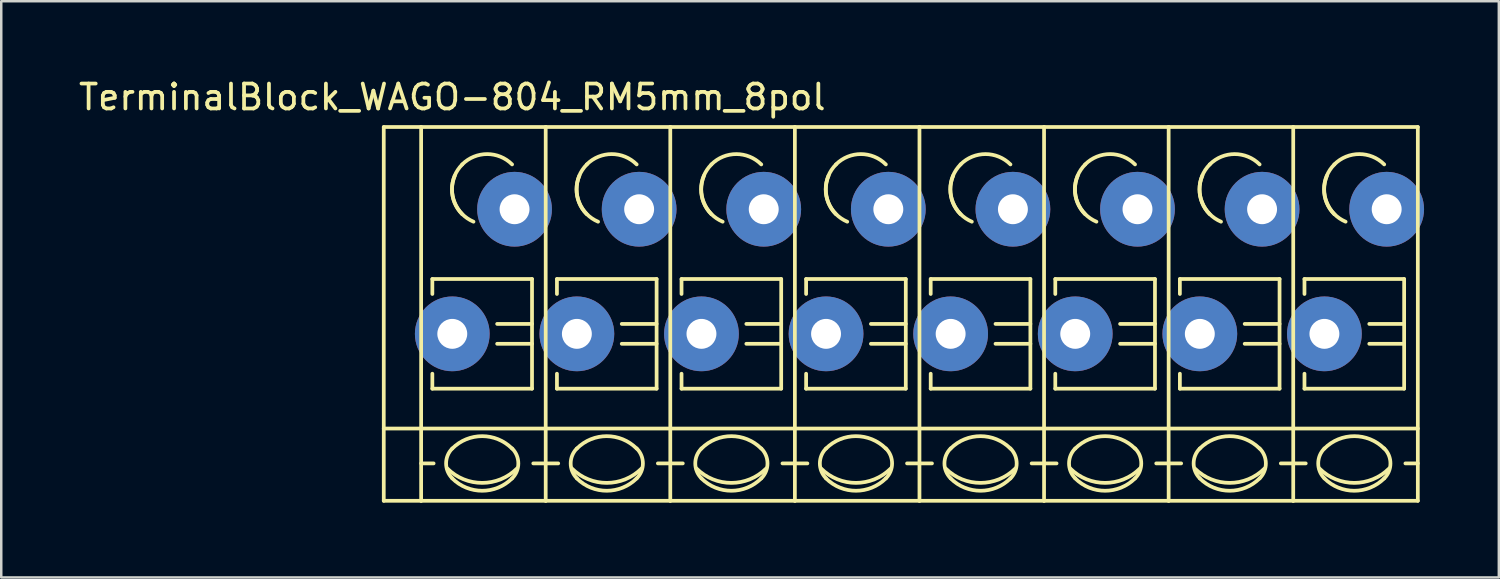
<source format=kicad_pcb>
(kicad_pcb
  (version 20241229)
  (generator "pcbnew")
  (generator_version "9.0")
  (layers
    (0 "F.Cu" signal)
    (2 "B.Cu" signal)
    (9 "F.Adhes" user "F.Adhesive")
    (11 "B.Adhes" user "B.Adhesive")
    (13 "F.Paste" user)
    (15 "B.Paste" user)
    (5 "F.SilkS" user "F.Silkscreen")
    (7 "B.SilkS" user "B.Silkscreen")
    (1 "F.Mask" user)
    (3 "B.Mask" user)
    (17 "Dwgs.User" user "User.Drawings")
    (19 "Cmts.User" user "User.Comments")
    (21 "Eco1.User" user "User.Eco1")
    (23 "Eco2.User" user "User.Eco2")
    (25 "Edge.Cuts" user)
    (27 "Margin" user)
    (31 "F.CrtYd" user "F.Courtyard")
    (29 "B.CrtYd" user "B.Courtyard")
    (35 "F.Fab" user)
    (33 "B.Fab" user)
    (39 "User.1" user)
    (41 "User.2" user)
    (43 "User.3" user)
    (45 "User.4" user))
  (footprint "TerminalBlock_WAGO-804_RM5mm_8pol"
    (layer "F.Cu")
    (at 15.101 10.348)
    (property "Reference" "TerminalBlock_WAGO-804_RM5mm_8pol" (at 0 -9.5 0) (layer "F.SilkS") (effects (font (size 1 1) (thickness 0.15))))
    (attr through_hole)
    (fp_line (start -2.75 -8.3) (end -1.25 -8.3) (stroke (width 0.15) (type solid)) (layer "F.SilkS"))
    (fp_line (start -2.75 6.7) (end -2.75 -8.3) (stroke (width 0.15) (type solid)) (layer "F.SilkS"))
    (fp_line (start -1.25 6.7) (end -2.75 6.7) (stroke (width 0.15) (type solid)) (layer "F.SilkS"))
    (fp_line (start -1.25 5.199) (end -0.749 5.199) (stroke (width 0.15) (type solid)) (layer "F.SilkS"))
    (fp_line (start -1.25 6.701) (end -1.25 -8.301) (stroke (width 0.15) (type solid)) (layer "F.SilkS"))
    (fp_line (start -0.8 -2.2) (end -0.8 -1.6) (stroke (width 0.15) (type solid)) (layer "F.SilkS"))
    (fp_line (start -0.8 -2.2) (end 3.2 -2.2) (stroke (width 0.15) (type solid)) (layer "F.SilkS"))
    (fp_line (start -0.8 2.2) (end -0.8 1.6) (stroke (width 0.15) (type solid)) (layer "F.SilkS"))
    (fp_line (start 3.2 -2.2) (end 3.2 2.2) (stroke (width 0.15) (type solid)) (layer "F.SilkS"))
    (fp_line (start 3.2 -0.399) (end 1.801 -0.399) (stroke (width 0.15) (type solid)) (layer "F.SilkS"))
    (fp_line (start 3.2 0.399) (end 1.801 0.399) (stroke (width 0.15) (type solid)) (layer "F.SilkS"))
    (fp_line (start 3.2 2.2) (end -0.8 2.2) (stroke (width 0.15) (type solid)) (layer "F.SilkS"))
    (fp_line (start 3.749 -8.301) (end -1.25 -8.301) (stroke (width 0.15) (type solid)) (layer "F.SilkS"))
    (fp_line (start 3.749 -8.301) (end 3.749 6.701) (stroke (width 0.15) (type solid)) (layer "F.SilkS"))
    (fp_line (start 3.749 5.199) (end 3.251 5.199) (stroke (width 0.15) (type solid)) (layer "F.SilkS"))
    (fp_line (start 3.749 6.701) (end -1.25 6.701) (stroke (width 0.15) (type solid)) (layer "F.SilkS"))
    (fp_line (start 3.75 3.8) (end -2.75 3.8) (stroke (width 0.15) (type solid)) (layer "F.SilkS"))
    (fp_line (start 3.75 3.8) (end 8.75 3.8) (stroke (width 0.15) (type solid)) (layer "F.SilkS"))
    (fp_line (start 3.75 5.199) (end 4.251 5.199) (stroke (width 0.15) (type solid)) (layer "F.SilkS"))
    (fp_line (start 4.2 -2.2) (end 4.2 -1.6) (stroke (width 0.15) (type solid)) (layer "F.SilkS"))
    (fp_line (start 4.2 -2.2) (end 8.2 -2.2) (stroke (width 0.15) (type solid)) (layer "F.SilkS"))
    (fp_line (start 4.2 2.2) (end 4.2 1.6) (stroke (width 0.15) (type solid)) (layer "F.SilkS"))
    (fp_line (start 8.2 -2.2) (end 8.2 2.2) (stroke (width 0.15) (type solid)) (layer "F.SilkS"))
    (fp_line (start 8.2 -0.399) (end 6.801 -0.399) (stroke (width 0.15) (type solid)) (layer "F.SilkS"))
    (fp_line (start 8.2 0.399) (end 6.801 0.399) (stroke (width 0.15) (type solid)) (layer "F.SilkS"))
    (fp_line (start 8.2 2.2) (end 4.2 2.2) (stroke (width 0.15) (type solid)) (layer "F.SilkS"))
    (fp_line (start 8.749 -8.301) (end 3.75 -8.301) (stroke (width 0.15) (type solid)) (layer "F.SilkS"))
    (fp_line (start 8.749 -8.301) (end 8.749 6.701) (stroke (width 0.15) (type solid)) (layer "F.SilkS"))
    (fp_line (start 8.749 5.199) (end 8.251 5.199) (stroke (width 0.15) (type solid)) (layer "F.SilkS"))
    (fp_line (start 8.749 6.701) (end 3.75 6.701) (stroke (width 0.15) (type solid)) (layer "F.SilkS"))
    (fp_line (start 8.75 3.8) (end 13.75 3.8) (stroke (width 0.15) (type solid)) (layer "F.SilkS"))
    (fp_line (start 8.75 5.199) (end 9.251 5.199) (stroke (width 0.15) (type solid)) (layer "F.SilkS"))
    (fp_line (start 9.2 -2.2) (end 9.2 -1.6) (stroke (width 0.15) (type solid)) (layer "F.SilkS"))
    (fp_line (start 9.2 -2.2) (end 13.2 -2.2) (stroke (width 0.15) (type solid)) (layer "F.SilkS"))
    (fp_line (start 9.2 2.2) (end 9.2 1.6) (stroke (width 0.15) (type solid)) (layer "F.SilkS"))
    (fp_line (start 13.2 -2.2) (end 13.2 2.2) (stroke (width 0.15) (type solid)) (layer "F.SilkS"))
    (fp_line (start 13.2 -0.399) (end 11.801 -0.399) (stroke (width 0.15) (type solid)) (layer "F.SilkS"))
    (fp_line (start 13.2 0.399) (end 11.801 0.399) (stroke (width 0.15) (type solid)) (layer "F.SilkS"))
    (fp_line (start 13.2 2.2) (end 9.2 2.2) (stroke (width 0.15) (type solid)) (layer "F.SilkS"))
    (fp_line (start 13.749 -8.301) (end 8.75 -8.301) (stroke (width 0.15) (type solid)) (layer "F.SilkS"))
    (fp_line (start 13.749 -8.301) (end 13.749 6.701) (stroke (width 0.15) (type solid)) (layer "F.SilkS"))
    (fp_line (start 13.749 5.199) (end 13.251 5.199) (stroke (width 0.15) (type solid)) (layer "F.SilkS"))
    (fp_line (start 13.749 6.701) (end 8.75 6.701) (stroke (width 0.15) (type solid)) (layer "F.SilkS"))
    (fp_line (start 13.75 3.8) (end 18.75 3.8) (stroke (width 0.15) (type solid)) (layer "F.SilkS"))
    (fp_line (start 13.75 5.199) (end 14.251 5.199) (stroke (width 0.15) (type solid)) (layer "F.SilkS"))
    (fp_line (start 14.2 -2.2) (end 14.2 -1.6) (stroke (width 0.15) (type solid)) (layer "F.SilkS"))
    (fp_line (start 14.2 -2.2) (end 18.2 -2.2) (stroke (width 0.15) (type solid)) (layer "F.SilkS"))
    (fp_line (start 14.2 2.2) (end 14.2 1.6) (stroke (width 0.15) (type solid)) (layer "F.SilkS"))
    (fp_line (start 18.2 -2.2) (end 18.2 2.2) (stroke (width 0.15) (type solid)) (layer "F.SilkS"))
    (fp_line (start 18.2 -0.399) (end 16.801 -0.399) (stroke (width 0.15) (type solid)) (layer "F.SilkS"))
    (fp_line (start 18.2 0.399) (end 16.801 0.399) (stroke (width 0.15) (type solid)) (layer "F.SilkS"))
    (fp_line (start 18.2 2.2) (end 14.2 2.2) (stroke (width 0.15) (type solid)) (layer "F.SilkS"))
    (fp_line (start 18.749 -8.301) (end 13.75 -8.301) (stroke (width 0.15) (type solid)) (layer "F.SilkS"))
    (fp_line (start 18.749 -8.301) (end 18.749 6.701) (stroke (width 0.15) (type solid)) (layer "F.SilkS"))
    (fp_line (start 18.749 5.199) (end 18.251 5.199) (stroke (width 0.15) (type solid)) (layer "F.SilkS"))
    (fp_line (start 18.749 6.701) (end 13.75 6.701) (stroke (width 0.15) (type solid)) (layer "F.SilkS"))
    (fp_line (start 18.75 3.8) (end 23.75 3.8) (stroke (width 0.15) (type solid)) (layer "F.SilkS"))
    (fp_line (start 18.75 5.199) (end 19.251 5.199) (stroke (width 0.15) (type solid)) (layer "F.SilkS"))
    (fp_line (start 19.2 -2.2) (end 19.2 -1.6) (stroke (width 0.15) (type solid)) (layer "F.SilkS"))
    (fp_line (start 19.2 -2.2) (end 23.2 -2.2) (stroke (width 0.15) (type solid)) (layer "F.SilkS"))
    (fp_line (start 19.2 2.2) (end 19.2 1.6) (stroke (width 0.15) (type solid)) (layer "F.SilkS"))
    (fp_line (start 23.2 -2.2) (end 23.2 2.2) (stroke (width 0.15) (type solid)) (layer "F.SilkS"))
    (fp_line (start 23.2 -0.399) (end 21.801 -0.399) (stroke (width 0.15) (type solid)) (layer "F.SilkS"))
    (fp_line (start 23.2 0.399) (end 21.801 0.399) (stroke (width 0.15) (type solid)) (layer "F.SilkS"))
    (fp_line (start 23.2 2.2) (end 19.2 2.2) (stroke (width 0.15) (type solid)) (layer "F.SilkS"))
    (fp_line (start 23.749 -8.301) (end 18.75 -8.301) (stroke (width 0.15) (type solid)) (layer "F.SilkS"))
    (fp_line (start 23.749 -8.301) (end 23.749 6.701) (stroke (width 0.15) (type solid)) (layer "F.SilkS"))
    (fp_line (start 23.749 5.199) (end 23.251 5.199) (stroke (width 0.15) (type solid)) (layer "F.SilkS"))
    (fp_line (start 23.749 6.701) (end 18.75 6.701) (stroke (width 0.15) (type solid)) (layer "F.SilkS"))
    (fp_line (start 23.75 3.8) (end 28.75 3.8) (stroke (width 0.15) (type solid)) (layer "F.SilkS"))
    (fp_line (start 23.75 5.199) (end 24.251 5.199) (stroke (width 0.15) (type solid)) (layer "F.SilkS"))
    (fp_line (start 24.2 -2.2) (end 24.2 -1.6) (stroke (width 0.15) (type solid)) (layer "F.SilkS"))
    (fp_line (start 24.2 -2.2) (end 28.2 -2.2) (stroke (width 0.15) (type solid)) (layer "F.SilkS"))
    (fp_line (start 24.2 2.2) (end 24.2 1.6) (stroke (width 0.15) (type solid)) (layer "F.SilkS"))
    (fp_line (start 28.2 -2.2) (end 28.2 2.2) (stroke (width 0.15) (type solid)) (layer "F.SilkS"))
    (fp_line (start 28.2 -0.399) (end 26.801 -0.399) (stroke (width 0.15) (type solid)) (layer "F.SilkS"))
    (fp_line (start 28.2 0.399) (end 26.801 0.399) (stroke (width 0.15) (type solid)) (layer "F.SilkS"))
    (fp_line (start 28.2 2.2) (end 24.2 2.2) (stroke (width 0.15) (type solid)) (layer "F.SilkS"))
    (fp_line (start 28.749 -8.301) (end 23.75 -8.301) (stroke (width 0.15) (type solid)) (layer "F.SilkS"))
    (fp_line (start 28.749 -8.301) (end 28.749 6.701) (stroke (width 0.15) (type solid)) (layer "F.SilkS"))
    (fp_line (start 28.749 5.199) (end 28.251 5.199) (stroke (width 0.15) (type solid)) (layer "F.SilkS"))
    (fp_line (start 28.749 6.701) (end 23.75 6.701) (stroke (width 0.15) (type solid)) (layer "F.SilkS"))
    (fp_line (start 28.75 3.8) (end 33.75 3.8) (stroke (width 0.15) (type solid)) (layer "F.SilkS"))
    (fp_line (start 28.75 5.199) (end 29.251 5.199) (stroke (width 0.15) (type solid)) (layer "F.SilkS"))
    (fp_line (start 29.2 -2.2) (end 29.2 -1.6) (stroke (width 0.15) (type solid)) (layer "F.SilkS"))
    (fp_line (start 29.2 -2.2) (end 33.2 -2.2) (stroke (width 0.15) (type solid)) (layer "F.SilkS"))
    (fp_line (start 29.2 2.2) (end 29.2 1.6) (stroke (width 0.15) (type solid)) (layer "F.SilkS"))
    (fp_line (start 33.2 -2.2) (end 33.2 2.2) (stroke (width 0.15) (type solid)) (layer "F.SilkS"))
    (fp_line (start 33.2 -0.399) (end 31.801 -0.399) (stroke (width 0.15) (type solid)) (layer "F.SilkS"))
    (fp_line (start 33.2 0.399) (end 31.801 0.399) (stroke (width 0.15) (type solid)) (layer "F.SilkS"))
    (fp_line (start 33.2 2.2) (end 29.2 2.2) (stroke (width 0.15) (type solid)) (layer "F.SilkS"))
    (fp_line (start 33.749 -8.301) (end 28.75 -8.301) (stroke (width 0.15) (type solid)) (layer "F.SilkS"))
    (fp_line (start 33.749 -8.301) (end 33.749 6.701) (stroke (width 0.15) (type solid)) (layer "F.SilkS"))
    (fp_line (start 33.749 5.199) (end 33.251 5.199) (stroke (width 0.15) (type solid)) (layer "F.SilkS"))
    (fp_line (start 33.749 6.701) (end 28.75 6.701) (stroke (width 0.15) (type solid)) (layer "F.SilkS"))
    (fp_line (start 33.75 3.8) (end 38.75 3.8) (stroke (width 0.15) (type solid)) (layer "F.SilkS"))
    (fp_line (start 33.75 5.199) (end 34.251 5.199) (stroke (width 0.15) (type solid)) (layer "F.SilkS"))
    (fp_line (start 34.2 -2.2) (end 34.2 -1.6) (stroke (width 0.15) (type solid)) (layer "F.SilkS"))
    (fp_line (start 34.2 -2.2) (end 38.2 -2.2) (stroke (width 0.15) (type solid)) (layer "F.SilkS"))
    (fp_line (start 34.2 2.2) (end 34.2 1.6) (stroke (width 0.15) (type solid)) (layer "F.SilkS"))
    (fp_line (start 38.2 -2.2) (end 38.2 2.2) (stroke (width 0.15) (type solid)) (layer "F.SilkS"))
    (fp_line (start 38.2 -0.399) (end 36.801 -0.399) (stroke (width 0.15) (type solid)) (layer "F.SilkS"))
    (fp_line (start 38.2 0.399) (end 36.801 0.399) (stroke (width 0.15) (type solid)) (layer "F.SilkS"))
    (fp_line (start 38.2 2.2) (end 34.2 2.2) (stroke (width 0.15) (type solid)) (layer "F.SilkS"))
    (fp_line (start 38.749 -8.301) (end 33.75 -8.301) (stroke (width 0.15) (type solid)) (layer "F.SilkS"))
    (fp_line (start 38.749 -8.301) (end 38.749 6.701) (stroke (width 0.15) (type solid)) (layer "F.SilkS"))
    (fp_line (start 38.749 5.199) (end 38.251 5.199) (stroke (width 0.15) (type solid)) (layer "F.SilkS"))
    (fp_line (start 38.749 6.701) (end 33.75 6.701) (stroke (width 0.15) (type solid)) (layer "F.SilkS"))
    (fp_arc (start 0 4.60248) (mid 1.19888 4.105888) (end 2.39776 4.60248) (stroke (width 0.15) (type solid)) (layer "F.SilkS"))
    (fp_arc (start 0 5.79882) (mid -0.248296 5.19938) (end 0 4.59994) (stroke (width 0.15) (type solid)) (layer "F.SilkS"))
    (fp_arc (start 0.39878 -6.79958) (mid 1.39954 -7.214108) (end 2.4003 -6.79958) (stroke (width 0.15) (type solid)) (layer "F.SilkS"))
    (fp_arc (start 0.39878 -4.8006) (mid -0.013952 -5.800616) (end 0.40132 -6.79958) (stroke (width 0.15) (type solid)) (layer "F.SilkS"))
    (fp_arc (start 0.8509 -4.50088) (mid 0.093811 -5.268985) (end 0.1016 -6.34746) (stroke (width 0.15) (type solid)) (layer "F.SilkS"))
    (fp_arc (start 2.4003 5.79882) (mid 1.200676 6.297208) (end 0 5.80136) (stroke (width 0.15) (type solid)) (layer "F.SilkS"))
    (fp_arc (start 2.40284 4.59994) (mid 2.650392 5.201176) (end 2.4003 5.80136) (stroke (width 0.15) (type solid)) (layer "F.SilkS"))
    (fp_arc (start 2.60096 5.40004) (mid 1.200676 5.981545) (end -0.20066 5.40258) (stroke (width 0.15) (type solid)) (layer "F.SilkS"))
    (fp_arc (start 5 4.60248) (mid 6.19888 4.105888) (end 7.39776 4.60248) (stroke (width 0.15) (type solid)) (layer "F.SilkS"))
    (fp_arc (start 5 5.79882) (mid 4.751704 5.19938) (end 5 4.59994) (stroke (width 0.15) (type solid)) (layer "F.SilkS"))
    (fp_arc (start 5.39878 -6.79958) (mid 6.39954 -7.214108) (end 7.4003 -6.79958) (stroke (width 0.15) (type solid)) (layer "F.SilkS"))
    (fp_arc (start 5.39878 -4.8006) (mid 4.986048 -5.800616) (end 5.40132 -6.79958) (stroke (width 0.15) (type solid)) (layer "F.SilkS"))
    (fp_arc (start 5.8509 -4.50088) (mid 5.093811 -5.268985) (end 5.1016 -6.34746) (stroke (width 0.15) (type solid)) (layer "F.SilkS"))
    (fp_arc (start 7.4003 5.79882) (mid 6.200676 6.297208) (end 5 5.80136) (stroke (width 0.15) (type solid)) (layer "F.SilkS"))
    (fp_arc (start 7.40284 4.59994) (mid 7.650392 5.201176) (end 7.4003 5.80136) (stroke (width 0.15) (type solid)) (layer "F.SilkS"))
    (fp_arc (start 7.60096 5.40004) (mid 6.200676 5.981545) (end 4.79934 5.40258) (stroke (width 0.15) (type solid)) (layer "F.SilkS"))
    (fp_arc (start 10 4.60248) (mid 11.19888 4.105888) (end 12.39776 4.60248) (stroke (width 0.15) (type solid)) (layer "F.SilkS"))
    (fp_arc (start 10 5.79882) (mid 9.751704 5.19938) (end 10 4.59994) (stroke (width 0.15) (type solid)) (layer "F.SilkS"))
    (fp_arc (start 10.39878 -6.79958) (mid 11.39954 -7.214108) (end 12.4003 -6.79958) (stroke (width 0.15) (type solid)) (layer "F.SilkS"))
    (fp_arc (start 10.39878 -4.8006) (mid 9.986048 -5.800616) (end 10.40132 -6.79958) (stroke (width 0.15) (type solid)) (layer "F.SilkS"))
    (fp_arc (start 10.8509 -4.50088) (mid 10.093811 -5.268985) (end 10.1016 -6.34746) (stroke (width 0.15) (type solid)) (layer "F.SilkS"))
    (fp_arc (start 12.4003 5.79882) (mid 11.200676 6.297208) (end 10 5.80136) (stroke (width 0.15) (type solid)) (layer "F.SilkS"))
    (fp_arc (start 12.40284 4.59994) (mid 12.650392 5.201176) (end 12.4003 5.80136) (stroke (width 0.15) (type solid)) (layer "F.SilkS"))
    (fp_arc (start 12.60096 5.40004) (mid 11.200676 5.981545) (end 9.79934 5.40258) (stroke (width 0.15) (type solid)) (layer "F.SilkS"))
    (fp_arc (start 15 4.60248) (mid 16.19888 4.105888) (end 17.39776 4.60248) (stroke (width 0.15) (type solid)) (layer "F.SilkS"))
    (fp_arc (start 15 5.79882) (mid 14.751704 5.19938) (end 15 4.59994) (stroke (width 0.15) (type solid)) (layer "F.SilkS"))
    (fp_arc (start 15.39878 -6.79958) (mid 16.39954 -7.214108) (end 17.4003 -6.79958) (stroke (width 0.15) (type solid)) (layer "F.SilkS"))
    (fp_arc (start 15.39878 -4.8006) (mid 14.986048 -5.800616) (end 15.40132 -6.79958) (stroke (width 0.15) (type solid)) (layer "F.SilkS"))
    (fp_arc (start 15.8509 -4.50088) (mid 15.093811 -5.268985) (end 15.1016 -6.34746) (stroke (width 0.15) (type solid)) (layer "F.SilkS"))
    (fp_arc (start 17.4003 5.79882) (mid 16.200676 6.297208) (end 15 5.80136) (stroke (width 0.15) (type solid)) (layer "F.SilkS"))
    (fp_arc (start 17.40284 4.59994) (mid 17.650392 5.201176) (end 17.4003 5.80136) (stroke (width 0.15) (type solid)) (layer "F.SilkS"))
    (fp_arc (start 17.60096 5.40004) (mid 16.200676 5.981545) (end 14.79934 5.40258) (stroke (width 0.15) (type solid)) (layer "F.SilkS"))
    (fp_arc (start 20 4.60248) (mid 21.19888 4.105888) (end 22.39776 4.60248) (stroke (width 0.15) (type solid)) (layer "F.SilkS"))
    (fp_arc (start 20 5.79882) (mid 19.751704 5.19938) (end 20 4.59994) (stroke (width 0.15) (type solid)) (layer "F.SilkS"))
    (fp_arc (start 20.39878 -6.79958) (mid 21.39954 -7.214108) (end 22.4003 -6.79958) (stroke (width 0.15) (type solid)) (layer "F.SilkS"))
    (fp_arc (start 20.39878 -4.8006) (mid 19.986048 -5.800616) (end 20.40132 -6.79958) (stroke (width 0.15) (type solid)) (layer "F.SilkS"))
    (fp_arc (start 20.8509 -4.50088) (mid 20.093811 -5.268985) (end 20.1016 -6.34746) (stroke (width 0.15) (type solid)) (layer "F.SilkS"))
    (fp_arc (start 22.4003 5.79882) (mid 21.200676 6.297208) (end 20 5.80136) (stroke (width 0.15) (type solid)) (layer "F.SilkS"))
    (fp_arc (start 22.40284 4.59994) (mid 22.650392 5.201176) (end 22.4003 5.80136) (stroke (width 0.15) (type solid)) (layer "F.SilkS"))
    (fp_arc (start 22.60096 5.40004) (mid 21.200676 5.981545) (end 19.79934 5.40258) (stroke (width 0.15) (type solid)) (layer "F.SilkS"))
    (fp_arc (start 25 4.60248) (mid 26.19888 4.105888) (end 27.39776 4.60248) (stroke (width 0.15) (type solid)) (layer "F.SilkS"))
    (fp_arc (start 25 5.79882) (mid 24.751704 5.19938) (end 25 4.59994) (stroke (width 0.15) (type solid)) (layer "F.SilkS"))
    (fp_arc (start 25.39878 -6.79958) (mid 26.39954 -7.214108) (end 27.4003 -6.79958) (stroke (width 0.15) (type solid)) (layer "F.SilkS"))
    (fp_arc (start 25.39878 -4.8006) (mid 24.986048 -5.800616) (end 25.40132 -6.79958) (stroke (width 0.15) (type solid)) (layer "F.SilkS"))
    (fp_arc (start 25.8509 -4.50088) (mid 25.093811 -5.268985) (end 25.1016 -6.34746) (stroke (width 0.15) (type solid)) (layer "F.SilkS"))
    (fp_arc (start 27.4003 5.79882) (mid 26.200676 6.297208) (end 25 5.80136) (stroke (width 0.15) (type solid)) (layer "F.SilkS"))
    (fp_arc (start 27.40284 4.59994) (mid 27.650392 5.201176) (end 27.4003 5.80136) (stroke (width 0.15) (type solid)) (layer "F.SilkS"))
    (fp_arc (start 27.60096 5.40004) (mid 26.200676 5.981545) (end 24.79934 5.40258) (stroke (width 0.15) (type solid)) (layer "F.SilkS"))
    (fp_arc (start 30 4.60248) (mid 31.19888 4.105888) (end 32.39776 4.60248) (stroke (width 0.15) (type solid)) (layer "F.SilkS"))
    (fp_arc (start 30 5.79882) (mid 29.751704 5.19938) (end 30 4.59994) (stroke (width 0.15) (type solid)) (layer "F.SilkS"))
    (fp_arc (start 30.39878 -6.79958) (mid 31.39954 -7.214108) (end 32.4003 -6.79958) (stroke (width 0.15) (type solid)) (layer "F.SilkS"))
    (fp_arc (start 30.39878 -4.8006) (mid 29.986048 -5.800616) (end 30.40132 -6.79958) (stroke (width 0.15) (type solid)) (layer "F.SilkS"))
    (fp_arc (start 30.8509 -4.50088) (mid 30.093811 -5.268985) (end 30.1016 -6.34746) (stroke (width 0.15) (type solid)) (layer "F.SilkS"))
    (fp_arc (start 32.4003 5.79882) (mid 31.200676 6.297208) (end 30 5.80136) (stroke (width 0.15) (type solid)) (layer "F.SilkS"))
    (fp_arc (start 32.40284 4.59994) (mid 32.650392 5.201176) (end 32.4003 5.80136) (stroke (width 0.15) (type solid)) (layer "F.SilkS"))
    (fp_arc (start 32.60096 5.40004) (mid 31.200676 5.981545) (end 29.79934 5.40258) (stroke (width 0.15) (type solid)) (layer "F.SilkS"))
    (fp_arc (start 35 4.60248) (mid 36.19888 4.105888) (end 37.39776 4.60248) (stroke (width 0.15) (type solid)) (layer "F.SilkS"))
    (fp_arc (start 35 5.79882) (mid 34.751704 5.19938) (end 35 4.59994) (stroke (width 0.15) (type solid)) (layer "F.SilkS"))
    (fp_arc (start 35.39878 -6.79958) (mid 36.39954 -7.214108) (end 37.4003 -6.79958) (stroke (width 0.15) (type solid)) (layer "F.SilkS"))
    (fp_arc (start 35.39878 -4.8006) (mid 34.986048 -5.800616) (end 35.40132 -6.79958) (stroke (width 0.15) (type solid)) (layer "F.SilkS"))
    (fp_arc (start 35.8509 -4.50088) (mid 35.093811 -5.268985) (end 35.1016 -6.34746) (stroke (width 0.15) (type solid)) (layer "F.SilkS"))
    (fp_arc (start 37.4003 5.79882) (mid 36.200676 6.297208) (end 35 5.80136) (stroke (width 0.15) (type solid)) (layer "F.SilkS"))
    (fp_arc (start 37.40284 4.59994) (mid 37.650392 5.201176) (end 37.4003 5.80136) (stroke (width 0.15) (type solid)) (layer "F.SilkS"))
    (fp_arc (start 37.60096 5.40004) (mid 36.200676 5.981545) (end 34.79934 5.40258) (stroke (width 0.15) (type solid)) (layer "F.SilkS"))
    (pad "1" thru_hole circle (at 0 0) (size 3 3) (drill 1.2) (layers "*.Cu" "*.Mask"))
    (pad "1" thru_hole circle (at 2.499 -5.001) (size 3 3) (drill 1.2) (layers "*.Cu" "*.Mask"))
    (pad "2" thru_hole circle (at 5 0) (size 3 3) (drill 1.2) (layers "*.Cu" "*.Mask"))
    (pad "2" thru_hole circle (at 7.499 -5.001) (size 3 3) (drill 1.2) (layers "*.Cu" "*.Mask"))
    (pad "3" thru_hole circle (at 10 0) (size 3 3) (drill 1.2) (layers "*.Cu" "*.Mask"))
    (pad "3" thru_hole circle (at 12.499 -5.001) (size 3 3) (drill 1.2) (layers "*.Cu" "*.Mask"))
    (pad "4" thru_hole circle (at 15 0) (size 3 3) (drill 1.2) (layers "*.Cu" "*.Mask"))
    (pad "4" thru_hole circle (at 17.499 -5.001) (size 3 3) (drill 1.2) (layers "*.Cu" "*.Mask"))
    (pad "5" thru_hole circle (at 20 0) (size 3 3) (drill 1.2) (layers "*.Cu" "*.Mask"))
    (pad "5" thru_hole circle (at 22.499 -5.001) (size 3 3) (drill 1.2) (layers "*.Cu" "*.Mask"))
    (pad "6" thru_hole circle (at 25 0) (size 3 3) (drill 1.2) (layers "*.Cu" "*.Mask"))
    (pad "6" thru_hole circle (at 27.499 -5.001) (size 3 3) (drill 1.2) (layers "*.Cu" "*.Mask"))
    (pad "7" thru_hole circle (at 30 0) (size 3 3) (drill 1.2) (layers "*.Cu" "*.Mask"))
    (pad "7" thru_hole circle (at 32.499 -5.001) (size 3 3) (drill 1.2) (layers "*.Cu" "*.Mask"))
    (pad "8" thru_hole circle (at 35 0) (size 3 3) (drill 1.2) (layers "*.Cu" "*.Mask"))
    (pad "8" thru_hole circle (at 37.499 -5.001) (size 3 3) (drill 1.2) (layers "*.Cu" "*.Mask")))
  (gr_rect
    (start -3 -3)
    (end 57.101 20.124)
    (stroke (width 0.1) (type default))
    (fill no)
    (layer "Edge.Cuts")))
</source>
